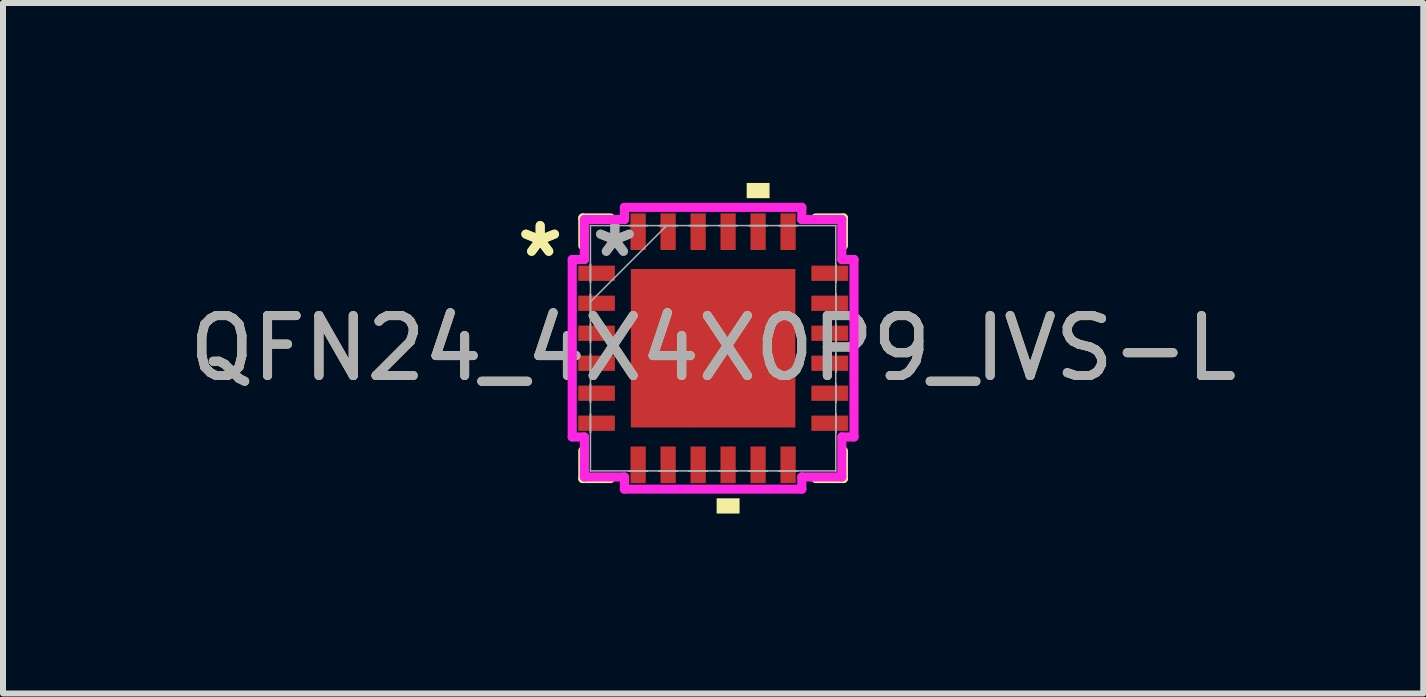
<source format=kicad_pcb>
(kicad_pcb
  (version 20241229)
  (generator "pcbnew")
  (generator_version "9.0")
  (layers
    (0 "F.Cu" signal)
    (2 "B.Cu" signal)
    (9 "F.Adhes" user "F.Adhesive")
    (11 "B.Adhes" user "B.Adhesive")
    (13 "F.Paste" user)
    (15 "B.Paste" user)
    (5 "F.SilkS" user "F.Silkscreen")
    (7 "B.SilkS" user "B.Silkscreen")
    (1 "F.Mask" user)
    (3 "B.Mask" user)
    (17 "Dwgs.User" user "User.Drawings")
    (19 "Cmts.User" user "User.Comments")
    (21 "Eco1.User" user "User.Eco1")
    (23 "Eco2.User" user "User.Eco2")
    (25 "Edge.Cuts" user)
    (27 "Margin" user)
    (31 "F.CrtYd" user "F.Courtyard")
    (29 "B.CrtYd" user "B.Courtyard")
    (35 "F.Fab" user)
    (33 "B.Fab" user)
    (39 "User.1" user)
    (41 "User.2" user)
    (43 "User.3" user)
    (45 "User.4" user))
  (footprint "QFN24_4X4X0P9_IVS-L"
    (layer "F.Cu")
    (at 8.839 2.756)
    (property "Reference" "QFN24_4X4X0P9_IVS-L" (at 0 0 0) (unlocked yes) (layer "F.SilkS") (effects (font (size 1 1) (thickness 0.15))))
    (attr smd)
    (fp_line (start -2.172 -2.172) (end -2.172 -1.71) (stroke (width 0.152) (type solid)) (layer "F.SilkS"))
    (fp_line (start -2.172 1.71) (end -2.172 2.172) (stroke (width 0.152) (type solid)) (layer "F.SilkS"))
    (fp_line (start -2.172 2.172) (end -1.71 2.172) (stroke (width 0.152) (type solid)) (layer "F.SilkS"))
    (fp_line (start -1.71 -2.172) (end -2.172 -2.172) (stroke (width 0.152) (type solid)) (layer "F.SilkS"))
    (fp_line (start 1.71 2.172) (end 2.172 2.172) (stroke (width 0.152) (type solid)) (layer "F.SilkS"))
    (fp_line (start 2.172 -2.172) (end 1.71 -2.172) (stroke (width 0.152) (type solid)) (layer "F.SilkS"))
    (fp_line (start 2.172 -1.71) (end 2.172 -2.172) (stroke (width 0.152) (type solid)) (layer "F.SilkS"))
    (fp_line (start 2.172 2.172) (end 2.172 1.71) (stroke (width 0.152) (type solid)) (layer "F.SilkS"))
    (fp_poly (pts (xy 0.059 2.502) (xy 0.059 2.756) (xy 0.441 2.756) (xy 0.441 2.502)) (stroke (width 0) (type solid)) (fill yes) (layer "F.SilkS"))
    (fp_poly (pts (xy 0.56 -2.502) (xy 0.56 -2.756) (xy 0.941 -2.756) (xy 0.941 -2.502)) (stroke (width 0) (type solid)) (fill yes) (layer "F.SilkS"))
    (fp_poly (pts (xy -1.272 -1.221) (xy -1.272 -0.1) (xy -0.1 -0.1) (xy -0.1 -1.221)) (stroke (width 0) (type solid)) (fill yes) (layer "F.Paste"))
    (fp_poly (pts (xy -1.272 0.1) (xy -1.272 1.221) (xy -0.1 1.221) (xy -0.1 0.1)) (stroke (width 0) (type solid)) (fill yes) (layer "F.Paste"))
    (fp_poly (pts (xy 0.1 -1.221) (xy 0.1 -0.1) (xy 1.272 -0.1) (xy 1.272 -1.221)) (stroke (width 0) (type solid)) (fill yes) (layer "F.Paste"))
    (fp_poly (pts (xy 0.1 0.1) (xy 0.1 1.221) (xy 1.272 1.221) (xy 1.272 0.1)) (stroke (width 0) (type solid)) (fill yes) (layer "F.Paste"))
    (fp_line (start -2.349 -1.479) (end -2.146 -1.479) (stroke (width 0.152) (type solid)) (layer "F.CrtYd"))
    (fp_line (start -2.349 1.479) (end -2.349 -1.479) (stroke (width 0.152) (type solid)) (layer "F.CrtYd"))
    (fp_line (start -2.146 -2.146) (end -1.479 -2.146) (stroke (width 0.152) (type solid)) (layer "F.CrtYd"))
    (fp_line (start -2.146 -1.479) (end -2.146 -2.146) (stroke (width 0.152) (type solid)) (layer "F.CrtYd"))
    (fp_line (start -2.146 1.479) (end -2.349 1.479) (stroke (width 0.152) (type solid)) (layer "F.CrtYd"))
    (fp_line (start -2.146 2.146) (end -2.146 1.479) (stroke (width 0.152) (type solid)) (layer "F.CrtYd"))
    (fp_line (start -1.479 -2.349) (end 1.479 -2.349) (stroke (width 0.152) (type solid)) (layer "F.CrtYd"))
    (fp_line (start -1.479 -2.146) (end -1.479 -2.349) (stroke (width 0.152) (type solid)) (layer "F.CrtYd"))
    (fp_line (start -1.479 2.146) (end -2.146 2.146) (stroke (width 0.152) (type solid)) (layer "F.CrtYd"))
    (fp_line (start -1.479 2.349) (end -1.479 2.146) (stroke (width 0.152) (type solid)) (layer "F.CrtYd"))
    (fp_line (start 1.479 -2.349) (end 1.479 -2.146) (stroke (width 0.152) (type solid)) (layer "F.CrtYd"))
    (fp_line (start 1.479 -2.146) (end 2.146 -2.146) (stroke (width 0.152) (type solid)) (layer "F.CrtYd"))
    (fp_line (start 1.479 2.146) (end 1.479 2.349) (stroke (width 0.152) (type solid)) (layer "F.CrtYd"))
    (fp_line (start 1.479 2.349) (end -1.479 2.349) (stroke (width 0.152) (type solid)) (layer "F.CrtYd"))
    (fp_line (start 2.146 -2.146) (end 2.146 -1.479) (stroke (width 0.152) (type solid)) (layer "F.CrtYd"))
    (fp_line (start 2.146 -1.479) (end 2.349 -1.479) (stroke (width 0.152) (type solid)) (layer "F.CrtYd"))
    (fp_line (start 2.146 1.479) (end 2.146 2.146) (stroke (width 0.152) (type solid)) (layer "F.CrtYd"))
    (fp_line (start 2.146 2.146) (end 1.479 2.146) (stroke (width 0.152) (type solid)) (layer "F.CrtYd"))
    (fp_line (start 2.349 -1.479) (end 2.349 1.479) (stroke (width 0.152) (type solid)) (layer "F.CrtYd"))
    (fp_line (start 2.349 1.479) (end 2.146 1.479) (stroke (width 0.152) (type solid)) (layer "F.CrtYd"))
    (fp_line (start -2.045 -2.045) (end -2.045 -2.045) (stroke (width 0.025) (type solid)) (layer "F.Fab"))
    (fp_line (start -2.045 -2.045) (end -2.045 2.045) (stroke (width 0.025) (type solid)) (layer "F.Fab"))
    (fp_line (start -2.045 -1.402) (end -2.045 -1.402) (stroke (width 0.025) (type solid)) (layer "F.Fab"))
    (fp_line (start -2.045 -1.402) (end -2.045 -1.098) (stroke (width 0.025) (type solid)) (layer "F.Fab"))
    (fp_line (start -2.045 -1.098) (end -2.045 -1.402) (stroke (width 0.025) (type solid)) (layer "F.Fab"))
    (fp_line (start -2.045 -1.098) (end -2.045 -1.098) (stroke (width 0.025) (type solid)) (layer "F.Fab"))
    (fp_line (start -2.045 -0.902) (end -2.045 -0.902) (stroke (width 0.025) (type solid)) (layer "F.Fab"))
    (fp_line (start -2.045 -0.902) (end -2.045 -0.598) (stroke (width 0.025) (type solid)) (layer "F.Fab"))
    (fp_line (start -2.045 -0.775) (end -0.775 -2.045) (stroke (width 0.025) (type solid)) (layer "F.Fab"))
    (fp_line (start -2.045 -0.598) (end -2.045 -0.902) (stroke (width 0.025) (type solid)) (layer "F.Fab"))
    (fp_line (start -2.045 -0.598) (end -2.045 -0.598) (stroke (width 0.025) (type solid)) (layer "F.Fab"))
    (fp_line (start -2.045 -0.402) (end -2.045 -0.402) (stroke (width 0.025) (type solid)) (layer "F.Fab"))
    (fp_line (start -2.045 -0.402) (end -2.045 -0.098) (stroke (width 0.025) (type solid)) (layer "F.Fab"))
    (fp_line (start -2.045 -0.098) (end -2.045 -0.402) (stroke (width 0.025) (type solid)) (layer "F.Fab"))
    (fp_line (start -2.045 -0.098) (end -2.045 -0.098) (stroke (width 0.025) (type solid)) (layer "F.Fab"))
    (fp_line (start -2.045 0.098) (end -2.045 0.098) (stroke (width 0.025) (type solid)) (layer "F.Fab"))
    (fp_line (start -2.045 0.098) (end -2.045 0.402) (stroke (width 0.025) (type solid)) (layer "F.Fab"))
    (fp_line (start -2.045 0.402) (end -2.045 0.098) (stroke (width 0.025) (type solid)) (layer "F.Fab"))
    (fp_line (start -2.045 0.402) (end -2.045 0.402) (stroke (width 0.025) (type solid)) (layer "F.Fab"))
    (fp_line (start -2.045 0.598) (end -2.045 0.598) (stroke (width 0.025) (type solid)) (layer "F.Fab"))
    (fp_line (start -2.045 0.598) (end -2.045 0.902) (stroke (width 0.025) (type solid)) (layer "F.Fab"))
    (fp_line (start -2.045 0.902) (end -2.045 0.598) (stroke (width 0.025) (type solid)) (layer "F.Fab"))
    (fp_line (start -2.045 0.902) (end -2.045 0.902) (stroke (width 0.025) (type solid)) (layer "F.Fab"))
    (fp_line (start -2.045 1.098) (end -2.045 1.098) (stroke (width 0.025) (type solid)) (layer "F.Fab"))
    (fp_line (start -2.045 1.098) (end -2.045 1.402) (stroke (width 0.025) (type solid)) (layer "F.Fab"))
    (fp_line (start -2.045 1.402) (end -2.045 1.098) (stroke (width 0.025) (type solid)) (layer "F.Fab"))
    (fp_line (start -2.045 1.402) (end -2.045 1.402) (stroke (width 0.025) (type solid)) (layer "F.Fab"))
    (fp_line (start -2.045 2.045) (end -2.045 2.045) (stroke (width 0.025) (type solid)) (layer "F.Fab"))
    (fp_line (start -2.045 2.045) (end 2.045 2.045) (stroke (width 0.025) (type solid)) (layer "F.Fab"))
    (fp_line (start -1.402 -2.045) (end -1.402 -2.045) (stroke (width 0.025) (type solid)) (layer "F.Fab"))
    (fp_line (start -1.402 -2.045) (end -1.098 -2.045) (stroke (width 0.025) (type solid)) (layer "F.Fab"))
    (fp_line (start -1.402 2.045) (end -1.402 2.045) (stroke (width 0.025) (type solid)) (layer "F.Fab"))
    (fp_line (start -1.402 2.045) (end -1.098 2.045) (stroke (width 0.025) (type solid)) (layer "F.Fab"))
    (fp_line (start -1.098 -2.045) (end -1.402 -2.045) (stroke (width 0.025) (type solid)) (layer "F.Fab"))
    (fp_line (start -1.098 -2.045) (end -1.098 -2.045) (stroke (width 0.025) (type solid)) (layer "F.Fab"))
    (fp_line (start -1.098 2.045) (end -1.402 2.045) (stroke (width 0.025) (type solid)) (layer "F.Fab"))
    (fp_line (start -1.098 2.045) (end -1.098 2.045) (stroke (width 0.025) (type solid)) (layer "F.Fab"))
    (fp_line (start -0.902 -2.045) (end -0.902 -2.045) (stroke (width 0.025) (type solid)) (layer "F.Fab"))
    (fp_line (start -0.902 -2.045) (end -0.598 -2.045) (stroke (width 0.025) (type solid)) (layer "F.Fab"))
    (fp_line (start -0.902 2.045) (end -0.902 2.045) (stroke (width 0.025) (type solid)) (layer "F.Fab"))
    (fp_line (start -0.902 2.045) (end -0.598 2.045) (stroke (width 0.025) (type solid)) (layer "F.Fab"))
    (fp_line (start -0.598 -2.045) (end -0.902 -2.045) (stroke (width 0.025) (type solid)) (layer "F.Fab"))
    (fp_line (start -0.598 -2.045) (end -0.598 -2.045) (stroke (width 0.025) (type solid)) (layer "F.Fab"))
    (fp_line (start -0.598 2.045) (end -0.902 2.045) (stroke (width 0.025) (type solid)) (layer "F.Fab"))
    (fp_line (start -0.598 2.045) (end -0.598 2.045) (stroke (width 0.025) (type solid)) (layer "F.Fab"))
    (fp_line (start -0.402 -2.045) (end -0.402 -2.045) (stroke (width 0.025) (type solid)) (layer "F.Fab"))
    (fp_line (start -0.402 -2.045) (end -0.098 -2.045) (stroke (width 0.025) (type solid)) (layer "F.Fab"))
    (fp_line (start -0.402 2.045) (end -0.402 2.045) (stroke (width 0.025) (type solid)) (layer "F.Fab"))
    (fp_line (start -0.402 2.045) (end -0.098 2.045) (stroke (width 0.025) (type solid)) (layer "F.Fab"))
    (fp_line (start -0.098 -2.045) (end -0.402 -2.045) (stroke (width 0.025) (type solid)) (layer "F.Fab"))
    (fp_line (start -0.098 -2.045) (end -0.098 -2.045) (stroke (width 0.025) (type solid)) (layer "F.Fab"))
    (fp_line (start -0.098 2.045) (end -0.402 2.045) (stroke (width 0.025) (type solid)) (layer "F.Fab"))
    (fp_line (start -0.098 2.045) (end -0.098 2.045) (stroke (width 0.025) (type solid)) (layer "F.Fab"))
    (fp_line (start 0.098 -2.045) (end 0.098 -2.045) (stroke (width 0.025) (type solid)) (layer "F.Fab"))
    (fp_line (start 0.098 -2.045) (end 0.402 -2.045) (stroke (width 0.025) (type solid)) (layer "F.Fab"))
    (fp_line (start 0.098 2.045) (end 0.098 2.045) (stroke (width 0.025) (type solid)) (layer "F.Fab"))
    (fp_line (start 0.098 2.045) (end 0.402 2.045) (stroke (width 0.025) (type solid)) (layer "F.Fab"))
    (fp_line (start 0.402 -2.045) (end 0.098 -2.045) (stroke (width 0.025) (type solid)) (layer "F.Fab"))
    (fp_line (start 0.402 -2.045) (end 0.402 -2.045) (stroke (width 0.025) (type solid)) (layer "F.Fab"))
    (fp_line (start 0.402 2.045) (end 0.098 2.045) (stroke (width 0.025) (type solid)) (layer "F.Fab"))
    (fp_line (start 0.402 2.045) (end 0.402 2.045) (stroke (width 0.025) (type solid)) (layer "F.Fab"))
    (fp_line (start 0.598 -2.045) (end 0.598 -2.045) (stroke (width 0.025) (type solid)) (layer "F.Fab"))
    (fp_line (start 0.598 -2.045) (end 0.902 -2.045) (stroke (width 0.025) (type solid)) (layer "F.Fab"))
    (fp_line (start 0.598 2.045) (end 0.598 2.045) (stroke (width 0.025) (type solid)) (layer "F.Fab"))
    (fp_line (start 0.598 2.045) (end 0.902 2.045) (stroke (width 0.025) (type solid)) (layer "F.Fab"))
    (fp_line (start 0.902 -2.045) (end 0.598 -2.045) (stroke (width 0.025) (type solid)) (layer "F.Fab"))
    (fp_line (start 0.902 -2.045) (end 0.902 -2.045) (stroke (width 0.025) (type solid)) (layer "F.Fab"))
    (fp_line (start 0.902 2.045) (end 0.598 2.045) (stroke (width 0.025) (type solid)) (layer "F.Fab"))
    (fp_line (start 0.902 2.045) (end 0.902 2.045) (stroke (width 0.025) (type solid)) (layer "F.Fab"))
    (fp_line (start 1.098 -2.045) (end 1.098 -2.045) (stroke (width 0.025) (type solid)) (layer "F.Fab"))
    (fp_line (start 1.098 -2.045) (end 1.402 -2.045) (stroke (width 0.025) (type solid)) (layer "F.Fab"))
    (fp_line (start 1.098 2.045) (end 1.098 2.045) (stroke (width 0.025) (type solid)) (layer "F.Fab"))
    (fp_line (start 1.098 2.045) (end 1.402 2.045) (stroke (width 0.025) (type solid)) (layer "F.Fab"))
    (fp_line (start 1.402 -2.045) (end 1.098 -2.045) (stroke (width 0.025) (type solid)) (layer "F.Fab"))
    (fp_line (start 1.402 -2.045) (end 1.402 -2.045) (stroke (width 0.025) (type solid)) (layer "F.Fab"))
    (fp_line (start 1.402 2.045) (end 1.098 2.045) (stroke (width 0.025) (type solid)) (layer "F.Fab"))
    (fp_line (start 1.402 2.045) (end 1.402 2.045) (stroke (width 0.025) (type solid)) (layer "F.Fab"))
    (fp_line (start 2.045 -2.045) (end -2.045 -2.045) (stroke (width 0.025) (type solid)) (layer "F.Fab"))
    (fp_line (start 2.045 -2.045) (end 2.045 -2.045) (stroke (width 0.025) (type solid)) (layer "F.Fab"))
    (fp_line (start 2.045 -1.402) (end 2.045 -1.402) (stroke (width 0.025) (type solid)) (layer "F.Fab"))
    (fp_line (start 2.045 -1.402) (end 2.045 -1.098) (stroke (width 0.025) (type solid)) (layer "F.Fab"))
    (fp_line (start 2.045 -1.098) (end 2.045 -1.402) (stroke (width 0.025) (type solid)) (layer "F.Fab"))
    (fp_line (start 2.045 -1.098) (end 2.045 -1.098) (stroke (width 0.025) (type solid)) (layer "F.Fab"))
    (fp_line (start 2.045 -0.902) (end 2.045 -0.902) (stroke (width 0.025) (type solid)) (layer "F.Fab"))
    (fp_line (start 2.045 -0.902) (end 2.045 -0.598) (stroke (width 0.025) (type solid)) (layer "F.Fab"))
    (fp_line (start 2.045 -0.598) (end 2.045 -0.902) (stroke (width 0.025) (type solid)) (layer "F.Fab"))
    (fp_line (start 2.045 -0.598) (end 2.045 -0.598) (stroke (width 0.025) (type solid)) (layer "F.Fab"))
    (fp_line (start 2.045 -0.402) (end 2.045 -0.402) (stroke (width 0.025) (type solid)) (layer "F.Fab"))
    (fp_line (start 2.045 -0.402) (end 2.045 -0.098) (stroke (width 0.025) (type solid)) (layer "F.Fab"))
    (fp_line (start 2.045 -0.098) (end 2.045 -0.402) (stroke (width 0.025) (type solid)) (layer "F.Fab"))
    (fp_line (start 2.045 -0.098) (end 2.045 -0.098) (stroke (width 0.025) (type solid)) (layer "F.Fab"))
    (fp_line (start 2.045 0.098) (end 2.045 0.098) (stroke (width 0.025) (type solid)) (layer "F.Fab"))
    (fp_line (start 2.045 0.098) (end 2.045 0.402) (stroke (width 0.025) (type solid)) (layer "F.Fab"))
    (fp_line (start 2.045 0.402) (end 2.045 0.098) (stroke (width 0.025) (type solid)) (layer "F.Fab"))
    (fp_line (start 2.045 0.402) (end 2.045 0.402) (stroke (width 0.025) (type solid)) (layer "F.Fab"))
    (fp_line (start 2.045 0.598) (end 2.045 0.598) (stroke (width 0.025) (type solid)) (layer "F.Fab"))
    (fp_line (start 2.045 0.598) (end 2.045 0.902) (stroke (width 0.025) (type solid)) (layer "F.Fab"))
    (fp_line (start 2.045 0.902) (end 2.045 0.598) (stroke (width 0.025) (type solid)) (layer "F.Fab"))
    (fp_line (start 2.045 0.902) (end 2.045 0.902) (stroke (width 0.025) (type solid)) (layer "F.Fab"))
    (fp_line (start 2.045 1.098) (end 2.045 1.098) (stroke (width 0.025) (type solid)) (layer "F.Fab"))
    (fp_line (start 2.045 1.098) (end 2.045 1.402) (stroke (width 0.025) (type solid)) (layer "F.Fab"))
    (fp_line (start 2.045 1.402) (end 2.045 1.098) (stroke (width 0.025) (type solid)) (layer "F.Fab"))
    (fp_line (start 2.045 1.402) (end 2.045 1.402) (stroke (width 0.025) (type solid)) (layer "F.Fab"))
    (fp_line (start 2.045 2.045) (end 2.045 -2.045) (stroke (width 0.025) (type solid)) (layer "F.Fab"))
    (fp_line (start 2.045 2.045) (end 2.045 2.045) (stroke (width 0.025) (type solid)) (layer "F.Fab"))
    (fp_text user "*" (at -2.883 -1.5 0) (unlocked yes) (layer "F.SilkS") (effects (font (size 1 1) (thickness 0.15))))
    (fp_text user "*" (at -2.883 -1.5 0) (layer "F.SilkS") (effects (font (size 1 1) (thickness 0.15))))
    (fp_text user "*" (at -1.638 -1.5 0) (unlocked yes) (layer "F.Fab") (effects (font (size 1 1) (thickness 0.15))))
    (fp_text user "${REFERENCE}" (at 0 0 0) (unlocked yes) (layer "F.Fab") (effects (font (size 1 1) (thickness 0.15))))
    (fp_text user "*" (at -1.638 -1.5 0) (layer "F.Fab") (effects (font (size 1 1) (thickness 0.15))))
    (pad "1" smd rect (at -1.943 -1.25 90) (size 0.254 0.61) (layers "F.Cu" "F.Mask" "F.Paste"))
    (pad "2" smd rect (at -1.943 -0.75 90) (size 0.254 0.61) (layers "F.Cu" "F.Mask" "F.Paste"))
    (pad "3" smd rect (at -1.943 -0.25 90) (size 0.254 0.61) (layers "F.Cu" "F.Mask" "F.Paste"))
    (pad "4" smd rect (at -1.943 0.25 90) (size 0.254 0.61) (layers "F.Cu" "F.Mask" "F.Paste"))
    (pad "5" smd rect (at -1.943 0.75 90) (size 0.254 0.61) (layers "F.Cu" "F.Mask" "F.Paste"))
    (pad "6" smd rect (at -1.943 1.25 90) (size 0.254 0.61) (layers "F.Cu" "F.Mask" "F.Paste"))
    (pad "7" smd rect (at -1.25 1.943) (size 0.254 0.61) (layers "F.Cu" "F.Mask" "F.Paste"))
    (pad "8" smd rect (at -0.75 1.943) (size 0.254 0.61) (layers "F.Cu" "F.Mask" "F.Paste"))
    (pad "9" smd rect (at -0.25 1.943) (size 0.254 0.61) (layers "F.Cu" "F.Mask" "F.Paste"))
    (pad "10" smd rect (at 0.25 1.943) (size 0.254 0.61) (layers "F.Cu" "F.Mask" "F.Paste"))
    (pad "11" smd rect (at 0.75 1.943) (size 0.254 0.61) (layers "F.Cu" "F.Mask" "F.Paste"))
    (pad "12" smd rect (at 1.25 1.943) (size 0.254 0.61) (layers "F.Cu" "F.Mask" "F.Paste"))
    (pad "13" smd rect (at 1.943 1.25 90) (size 0.254 0.61) (layers "F.Cu" "F.Mask" "F.Paste"))
    (pad "14" smd rect (at 1.943 0.75 90) (size 0.254 0.61) (layers "F.Cu" "F.Mask" "F.Paste"))
    (pad "15" smd rect (at 1.943 0.25 90) (size 0.254 0.61) (layers "F.Cu" "F.Mask" "F.Paste"))
    (pad "16" smd rect (at 1.943 -0.25 90) (size 0.254 0.61) (layers "F.Cu" "F.Mask" "F.Paste"))
    (pad "17" smd rect (at 1.943 -0.75 90) (size 0.254 0.61) (layers "F.Cu" "F.Mask" "F.Paste"))
    (pad "18" smd rect (at 1.943 -1.25 90) (size 0.254 0.61) (layers "F.Cu" "F.Mask" "F.Paste"))
    (pad "19" smd rect (at 1.25 -1.943) (size 0.254 0.61) (layers "F.Cu" "F.Mask" "F.Paste"))
    (pad "20" smd rect (at 0.75 -1.943) (size 0.254 0.61) (layers "F.Cu" "F.Mask" "F.Paste"))
    (pad "21" smd rect (at 0.25 -1.943) (size 0.254 0.61) (layers "F.Cu" "F.Mask" "F.Paste"))
    (pad "22" smd rect (at -0.25 -1.943) (size 0.254 0.61) (layers "F.Cu" "F.Mask" "F.Paste"))
    (pad "23" smd rect (at -0.75 -1.943) (size 0.254 0.61) (layers "F.Cu" "F.Mask" "F.Paste"))
    (pad "24" smd rect (at -1.25 -1.943) (size 0.254 0.61) (layers "F.Cu" "F.Mask" "F.Paste"))
    (pad "25" smd rect (at 0 0) (size 2.743 2.642) (layers "F.Cu" "F.Mask")))
  (gr_rect
    (start -3 -3)
    (end 20.679 8.512)
    (stroke (width 0.1) (type default))
    (fill no)
    (layer "Edge.Cuts")))
</source>
